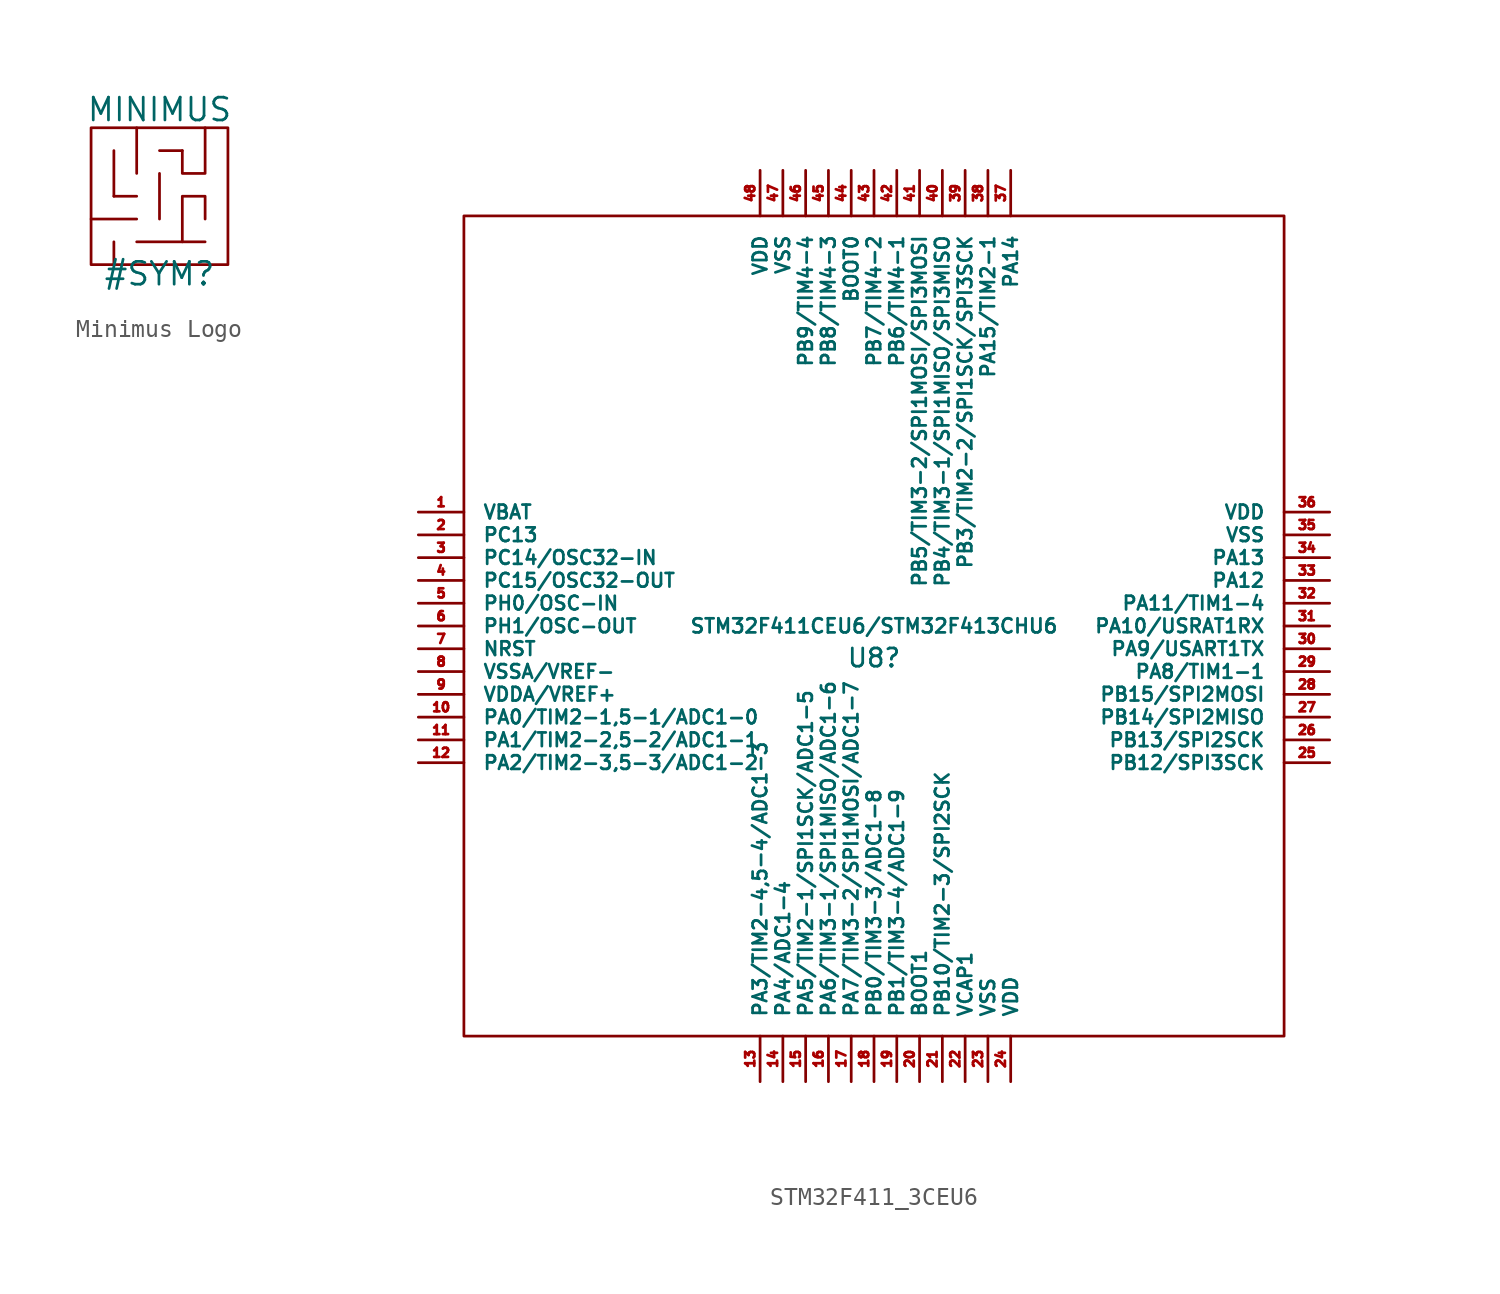
<source format=kicad_sym>
(kicad_symbol_lib
  (version 20231120)
  (generator "kicad_symbol_editor")
  (generator_version "8.0")
  (symbol "Minimus Logo"
    (property "Reference" "#SYM"
      (at 0 -4.318 0)
      (effects (font (size 1.27 1.27))))
    (property "Value" "MINIMUS"
      (at 0 4.826 0)
      (effects (font (size 1.27 1.27))))
    (symbol "Minimus Logo_0_1"
      (rectangle (start -3.81 3.81) (end 3.81 -3.81) (stroke (width 0) (type default)) (fill (type none))))
    (symbol "Minimus Logo_1_1"
      (polyline (pts (xy -3.81 -1.27) (xy -1.27 -1.27)) (stroke (width 0) (type default)) (fill (type none)))
      (polyline (pts (xy -2.54 -3.81) (xy -2.54 -2.54)) (stroke (width 0) (type default)) (fill (type none)))
      (polyline (pts (xy -2.54 0) (xy -2.54 2.54)) (stroke (width 0) (type default)) (fill (type none)))
      (polyline (pts (xy -1.27 0) (xy -2.54 0)) (stroke (width 0) (type default)) (fill (type none)))
      (polyline (pts (xy -1.27 1.27) (xy -1.27 3.81)) (stroke (width 0) (type default)) (fill (type none)))
      (polyline (pts (xy 0 -1.27) (xy 0 1.27)) (stroke (width 0) (type default)) (fill (type none)))
      (polyline (pts (xy 0 2.54) (xy 1.27 2.54)) (stroke (width 0) (type default)) (fill (type none)))
      (polyline (pts (xy 2.54 -2.54) (xy 1.27 -2.54)) (stroke (width 0) (type default)) (fill (type none)))
      (polyline (pts (xy 1.27 2.54) (xy 1.27 1.27) (xy 2.54 1.27) (xy 2.54 3.81)) (stroke (width 0) (type default)) (fill (type none)))
      (polyline (pts (xy -1.27 -2.54) (xy 1.27 -2.54) (xy 1.27 0) (xy 2.54 0) (xy 2.54 -1.27)) (stroke (width 0) (type default)) (fill (type none)))))
  (symbol "STM32F411_3CEU6"
    (pin_names
      (offset 1.016))
    (property "Reference" "U8"
      (at 0 -1.778 0)
      (effects (font (size 1.016 1.016))))
    (property "Value" "STM32F411CEU6/STM32F413CHU6"
      (at 0 0 0)
      (effects (font (size 0.787 0.787))))
    (symbol "STM32F411_3CEU6_0_1"
      (rectangle (start -22.86 22.86) (end 22.86 -22.86) (stroke (width 0) (type solid)) (fill (type none))))
    (symbol "STM32F411_3CEU6_1_1"
      (pin input line (at -25.4 6.35 0) (length 2.54) (name "VBAT" (effects (font (size 0.762 0.762)))) (number "1" (effects (font (size 0.508 0.508)))))
      (pin input line (at -25.4 -5.08 0) (length 2.54) (name "PA0/TIM2-1,5-1/ADC1-0" (effects (font (size 0.762 0.762)))) (number "10" (effects (font (size 0.508 0.508)))))
      (pin input line (at -25.4 -6.35 0) (length 2.54) (name "PA1/TIM2-2,5-2/ADC1-1" (effects (font (size 0.762 0.762)))) (number "11" (effects (font (size 0.508 0.508)))))
      (pin input line (at -25.4 -7.62 0) (length 2.54) (name "PA2/TIM2-3,5-3/ADC1-2" (effects (font (size 0.762 0.762)))) (number "12" (effects (font (size 0.508 0.508)))))
      (pin input line (at -6.35 -25.4 90) (length 2.54) (name "PA3/TIM2-4,5-4/ADC1-3" (effects (font (size 0.762 0.762)))) (number "13" (effects (font (size 0.508 0.508)))))
      (pin input line (at -5.08 -25.4 90) (length 2.54) (name "PA4/ADC1-4" (effects (font (size 0.762 0.762)))) (number "14" (effects (font (size 0.508 0.508)))))
      (pin input line (at -3.81 -25.4 90) (length 2.54) (name "PA5/TIM2-1/SPI1SCK/ADC1-5" (effects (font (size 0.762 0.762)))) (number "15" (effects (font (size 0.508 0.508)))))
      (pin input line (at -2.54 -25.4 90) (length 2.54) (name "PA6/TIM3-1/SPI1MISO/ADC1-6" (effects (font (size 0.762 0.762)))) (number "16" (effects (font (size 0.508 0.508)))))
      (pin input line (at -1.27 -25.4 90) (length 2.54) (name "PA7/TIM3-2/SPI1MOSI/ADC1-7" (effects (font (size 0.762 0.762)))) (number "17" (effects (font (size 0.508 0.508)))))
      (pin input line (at 0 -25.4 90) (length 2.54) (name "PB0/TIM3-3/ADC1-8" (effects (font (size 0.762 0.762)))) (number "18" (effects (font (size 0.508 0.508)))))
      (pin input line (at 1.27 -25.4 90) (length 2.54) (name "PB1/TIM3-4/ADC1-9" (effects (font (size 0.762 0.762)))) (number "19" (effects (font (size 0.508 0.508)))))
      (pin input line (at -25.4 5.08 0) (length 2.54) (name "PC13" (effects (font (size 0.762 0.762)))) (number "2" (effects (font (size 0.508 0.508)))))
      (pin input line (at 2.54 -25.4 90) (length 2.54) (name "BOOT1" (effects (font (size 0.762 0.762)))) (number "20" (effects (font (size 0.508 0.508)))))
      (pin input line (at 3.81 -25.4 90) (length 2.54) (name "PB10/TIM2-3/SPI2SCK" (effects (font (size 0.762 0.762)))) (number "21" (effects (font (size 0.508 0.508)))))
      (pin input line (at 5.08 -25.4 90) (length 2.54) (name "VCAP1" (effects (font (size 0.762 0.762)))) (number "22" (effects (font (size 0.508 0.508)))))
      (pin input line (at 6.35 -25.4 90) (length 2.54) (name "VSS" (effects (font (size 0.762 0.762)))) (number "23" (effects (font (size 0.508 0.508)))))
      (pin input line (at 7.62 -25.4 90) (length 2.54) (name "VDD" (effects (font (size 0.762 0.762)))) (number "24" (effects (font (size 0.508 0.508)))))
      (pin input line (at 25.4 -7.62 180) (length 2.54) (name "PB12/SPI3SCK" (effects (font (size 0.762 0.762)))) (number "25" (effects (font (size 0.508 0.508)))))
      (pin input line (at 25.4 -6.35 180) (length 2.54) (name "PB13/SPI2SCK" (effects (font (size 0.762 0.762)))) (number "26" (effects (font (size 0.508 0.508)))))
      (pin input line (at 25.4 -5.08 180) (length 2.54) (name "PB14/SPI2MISO" (effects (font (size 0.762 0.762)))) (number "27" (effects (font (size 0.508 0.508)))))
      (pin input line (at 25.4 -3.81 180) (length 2.54) (name "PB15/SPI2MOSI" (effects (font (size 0.762 0.762)))) (number "28" (effects (font (size 0.508 0.508)))))
      (pin input line (at 25.4 -2.54 180) (length 2.54) (name "PA8/TIM1-1" (effects (font (size 0.762 0.762)))) (number "29" (effects (font (size 0.508 0.508)))))
      (pin input line (at -25.4 3.81 0) (length 2.54) (name "PC14/OSC32-IN" (effects (font (size 0.762 0.762)))) (number "3" (effects (font (size 0.508 0.508)))))
      (pin input line (at 25.4 -1.27 180) (length 2.54) (name "PA9/USART1TX" (effects (font (size 0.762 0.762)))) (number "30" (effects (font (size 0.508 0.508)))))
      (pin input line (at 25.4 0 180) (length 2.54) (name "PA10/USRAT1RX" (effects (font (size 0.762 0.762)))) (number "31" (effects (font (size 0.508 0.508)))))
      (pin input line (at 25.4 1.27 180) (length 2.54) (name "PA11/TIM1-4" (effects (font (size 0.762 0.762)))) (number "32" (effects (font (size 0.508 0.508)))))
      (pin input line (at 25.4 2.54 180) (length 2.54) (name "PA12" (effects (font (size 0.762 0.762)))) (number "33" (effects (font (size 0.508 0.508)))))
      (pin input line (at 25.4 3.81 180) (length 2.54) (name "PA13" (effects (font (size 0.762 0.762)))) (number "34" (effects (font (size 0.508 0.508)))))
      (pin input line (at 25.4 5.08 180) (length 2.54) (name "VSS" (effects (font (size 0.762 0.762)))) (number "35" (effects (font (size 0.508 0.508)))))
      (pin input line (at 25.4 6.35 180) (length 2.54) (name "VDD" (effects (font (size 0.762 0.762)))) (number "36" (effects (font (size 0.508 0.508)))))
      (pin input line (at 7.62 25.4 270) (length 2.54) (name "PA14" (effects (font (size 0.762 0.762)))) (number "37" (effects (font (size 0.508 0.508)))))
      (pin input line (at 6.35 25.4 270) (length 2.54) (name "PA15/TIM2-1" (effects (font (size 0.762 0.762)))) (number "38" (effects (font (size 0.508 0.508)))))
      (pin input line (at 5.08 25.4 270) (length 2.54) (name "PB3/TIM2-2/SPI1SCK/SPI3SCK" (effects (font (size 0.762 0.762)))) (number "39" (effects (font (size 0.508 0.508)))))
      (pin input line (at -25.4 2.54 0) (length 2.54) (name "PC15/OSC32-OUT" (effects (font (size 0.762 0.762)))) (number "4" (effects (font (size 0.508 0.508)))))
      (pin input line (at 3.81 25.4 270) (length 2.54) (name "PB4/TIM3-1/SPI1MISO/SPI3MISO" (effects (font (size 0.762 0.762)))) (number "40" (effects (font (size 0.508 0.508)))))
      (pin input line (at 2.54 25.4 270) (length 2.54) (name "PB5/TIM3-2/SPI1MOSI/SPI3MOSI" (effects (font (size 0.762 0.762)))) (number "41" (effects (font (size 0.508 0.508)))))
      (pin input line (at 1.27 25.4 270) (length 2.54) (name "PB6/TIM4-1" (effects (font (size 0.762 0.762)))) (number "42" (effects (font (size 0.508 0.508)))))
      (pin input line (at 0 25.4 270) (length 2.54) (name "PB7/TIM4-2" (effects (font (size 0.762 0.762)))) (number "43" (effects (font (size 0.508 0.508)))))
      (pin input line (at -1.27 25.4 270) (length 2.54) (name "BOOT0" (effects (font (size 0.762 0.762)))) (number "44" (effects (font (size 0.508 0.508)))))
      (pin input line (at -2.54 25.4 270) (length 2.54) (name "PB8/TIM4-3" (effects (font (size 0.762 0.762)))) (number "45" (effects (font (size 0.508 0.508)))))
      (pin input line (at -3.81 25.4 270) (length 2.54) (name "PB9/TIM4-4" (effects (font (size 0.762 0.762)))) (number "46" (effects (font (size 0.508 0.508)))))
      (pin input line (at -5.08 25.4 270) (length 2.54) (name "VSS" (effects (font (size 0.762 0.762)))) (number "47" (effects (font (size 0.508 0.508)))))
      (pin input line (at -6.35 25.4 270) (length 2.54) (name "VDD" (effects (font (size 0.762 0.762)))) (number "48" (effects (font (size 0.508 0.508)))))
      (pin input line (at -25.4 1.27 0) (length 2.54) (name "PH0/OSC-IN" (effects (font (size 0.762 0.762)))) (number "5" (effects (font (size 0.508 0.508)))))
      (pin input line (at -25.4 0 0) (length 2.54) (name "PH1/OSC-OUT" (effects (font (size 0.762 0.762)))) (number "6" (effects (font (size 0.508 0.508)))))
      (pin input line (at -25.4 -1.27 0) (length 2.54) (name "NRST" (effects (font (size 0.762 0.762)))) (number "7" (effects (font (size 0.508 0.508)))))
      (pin input line (at -25.4 -2.54 0) (length 2.54) (name "VSSA/VREF-" (effects (font (size 0.762 0.762)))) (number "8" (effects (font (size 0.508 0.508)))))
      (pin input line (at -25.4 -3.81 0) (length 2.54) (name "VDDA/VREF+" (effects (font (size 0.762 0.762)))) (number "9" (effects (font (size 0.508 0.508))))))))
</source>
